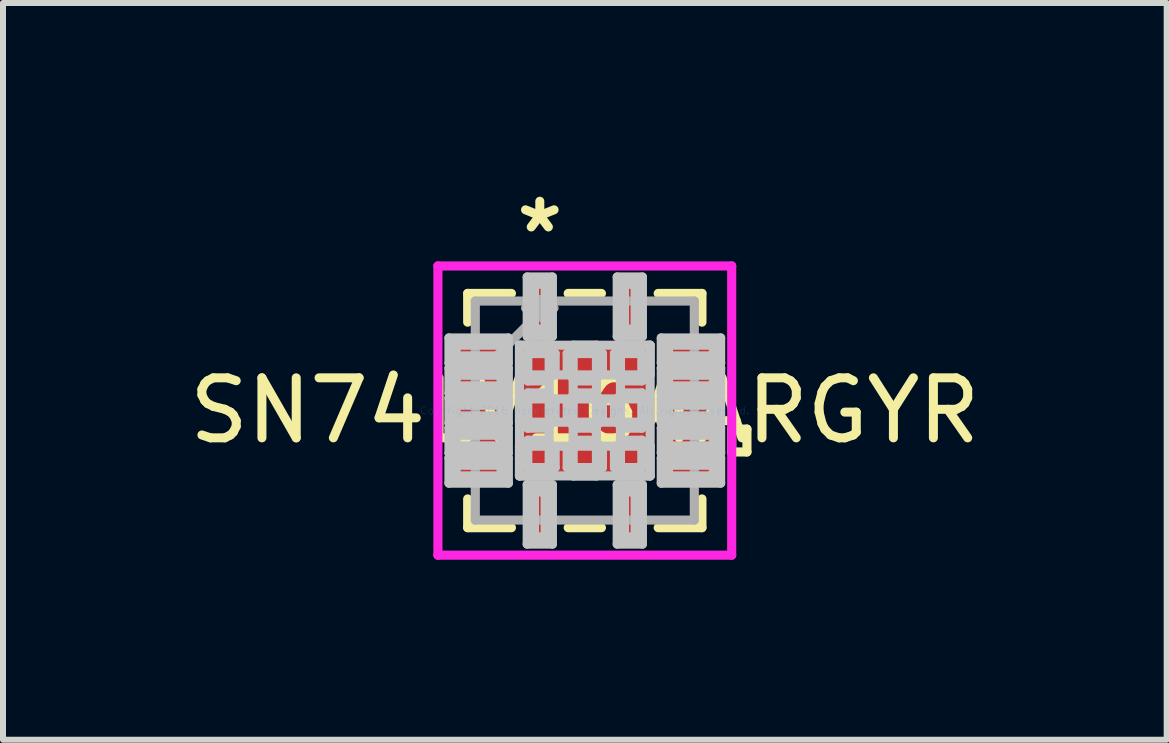
<source format=kicad_pcb>
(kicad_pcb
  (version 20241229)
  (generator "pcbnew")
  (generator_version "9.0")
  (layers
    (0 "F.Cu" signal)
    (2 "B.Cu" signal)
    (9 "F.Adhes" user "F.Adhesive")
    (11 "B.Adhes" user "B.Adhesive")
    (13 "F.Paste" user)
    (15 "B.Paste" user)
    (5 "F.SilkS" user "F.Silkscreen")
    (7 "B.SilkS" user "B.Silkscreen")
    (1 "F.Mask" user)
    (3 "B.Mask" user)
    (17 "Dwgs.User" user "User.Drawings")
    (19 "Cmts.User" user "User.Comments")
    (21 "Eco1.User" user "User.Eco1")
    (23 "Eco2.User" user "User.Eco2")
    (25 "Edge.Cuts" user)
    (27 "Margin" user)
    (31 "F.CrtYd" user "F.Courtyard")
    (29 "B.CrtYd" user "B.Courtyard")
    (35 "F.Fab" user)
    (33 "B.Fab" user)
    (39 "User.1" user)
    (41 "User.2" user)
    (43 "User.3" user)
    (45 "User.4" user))
  (footprint "SN74LV164ARGYR"
    (layer "F.Cu")
    (at 6.696 3.792)
    (property "Reference" "SN74LV164ARGYR" (at 0 0 0) (layer "F.SilkS") (effects (font (size 1 1) (thickness 0.15))))
    (attr through_hole)
    (fp_line (start -1.952 -1.952) (end -1.952 -1.473) (stroke (width 0.152) (type solid)) (layer "F.SilkS"))
    (fp_line (start -1.952 1.473) (end -1.952 1.952) (stroke (width 0.152) (type solid)) (layer "F.SilkS"))
    (fp_line (start -1.952 1.952) (end -1.223 1.952) (stroke (width 0.152) (type solid)) (layer "F.SilkS"))
    (fp_line (start -1.223 -1.952) (end -1.952 -1.952) (stroke (width 0.152) (type solid)) (layer "F.SilkS"))
    (fp_line (start -0.277 1.952) (end 0.277 1.952) (stroke (width 0.152) (type solid)) (layer "F.SilkS"))
    (fp_line (start 0.277 -1.952) (end -0.277 -1.952) (stroke (width 0.152) (type solid)) (layer "F.SilkS"))
    (fp_line (start 1.223 1.952) (end 1.952 1.952) (stroke (width 0.152) (type solid)) (layer "F.SilkS"))
    (fp_line (start 1.952 -1.952) (end 1.223 -1.952) (stroke (width 0.152) (type solid)) (layer "F.SilkS"))
    (fp_line (start 1.952 -1.473) (end 1.952 -1.952) (stroke (width 0.152) (type solid)) (layer "F.SilkS"))
    (fp_line (start 1.952 1.952) (end 1.952 1.473) (stroke (width 0.152) (type solid)) (layer "F.SilkS"))
    (fp_line (start 2.448 0.309) (end 2.702 0.309) (stroke (width 0.152) (type solid)) (layer "F.SilkS"))
    (fp_line (start 2.448 0.69) (end 2.448 0.309) (stroke (width 0.152) (type solid)) (layer "F.SilkS"))
    (fp_line (start 2.702 0.309) (end 2.702 0.69) (stroke (width 0.152) (type solid)) (layer "F.SilkS"))
    (fp_line (start 2.702 0.69) (end 2.448 0.69) (stroke (width 0.152) (type solid)) (layer "F.SilkS"))
    (fp_line (start -2.264 -1.21) (end -2.264 -0.79) (stroke (width 0.152) (type solid)) (layer "Dwgs.User"))
    (fp_line (start -2.264 -0.79) (end -1.274 -0.79) (stroke (width 0.152) (type solid)) (layer "Dwgs.User"))
    (fp_line (start -2.264 -0.71) (end -2.264 -0.29) (stroke (width 0.152) (type solid)) (layer "Dwgs.User"))
    (fp_line (start -2.264 -0.29) (end -1.274 -0.29) (stroke (width 0.152) (type solid)) (layer "Dwgs.User"))
    (fp_line (start -2.264 -0.21) (end -2.264 0.21) (stroke (width 0.152) (type solid)) (layer "Dwgs.User"))
    (fp_line (start -2.264 0.21) (end -1.274 0.21) (stroke (width 0.152) (type solid)) (layer "Dwgs.User"))
    (fp_line (start -2.264 0.29) (end -2.264 0.71) (stroke (width 0.152) (type solid)) (layer "Dwgs.User"))
    (fp_line (start -2.264 0.71) (end -1.274 0.71) (stroke (width 0.152) (type solid)) (layer "Dwgs.User"))
    (fp_line (start -2.264 0.79) (end -2.264 1.21) (stroke (width 0.152) (type solid)) (layer "Dwgs.User"))
    (fp_line (start -2.264 1.21) (end -1.274 1.21) (stroke (width 0.152) (type solid)) (layer "Dwgs.User"))
    (fp_line (start -2.143 -1.089) (end -2.143 -0.911) (stroke (width 0.152) (type solid)) (layer "Dwgs.User"))
    (fp_line (start -2.143 -0.911) (end -1.395 -0.911) (stroke (width 0.152) (type solid)) (layer "Dwgs.User"))
    (fp_line (start -2.143 -0.589) (end -2.143 -0.411) (stroke (width 0.152) (type solid)) (layer "Dwgs.User"))
    (fp_line (start -2.143 -0.411) (end -1.395 -0.411) (stroke (width 0.152) (type solid)) (layer "Dwgs.User"))
    (fp_line (start -2.143 -0.089) (end -2.143 0.089) (stroke (width 0.152) (type solid)) (layer "Dwgs.User"))
    (fp_line (start -2.143 0.089) (end -1.395 0.089) (stroke (width 0.152) (type solid)) (layer "Dwgs.User"))
    (fp_line (start -2.143 0.411) (end -2.143 0.589) (stroke (width 0.152) (type solid)) (layer "Dwgs.User"))
    (fp_line (start -2.143 0.589) (end -1.395 0.589) (stroke (width 0.152) (type solid)) (layer "Dwgs.User"))
    (fp_line (start -2.143 0.911) (end -2.143 1.089) (stroke (width 0.152) (type solid)) (layer "Dwgs.User"))
    (fp_line (start -2.143 1.089) (end -1.395 1.089) (stroke (width 0.152) (type solid)) (layer "Dwgs.User"))
    (fp_line (start -1.395 -1.089) (end -2.143 -1.089) (stroke (width 0.152) (type solid)) (layer "Dwgs.User"))
    (fp_line (start -1.395 -0.911) (end -1.395 -1.089) (stroke (width 0.152) (type solid)) (layer "Dwgs.User"))
    (fp_line (start -1.395 -0.589) (end -2.143 -0.589) (stroke (width 0.152) (type solid)) (layer "Dwgs.User"))
    (fp_line (start -1.395 -0.411) (end -1.395 -0.589) (stroke (width 0.152) (type solid)) (layer "Dwgs.User"))
    (fp_line (start -1.395 -0.089) (end -2.143 -0.089) (stroke (width 0.152) (type solid)) (layer "Dwgs.User"))
    (fp_line (start -1.395 0.089) (end -1.395 -0.089) (stroke (width 0.152) (type solid)) (layer "Dwgs.User"))
    (fp_line (start -1.395 0.411) (end -2.143 0.411) (stroke (width 0.152) (type solid)) (layer "Dwgs.User"))
    (fp_line (start -1.395 0.589) (end -1.395 0.411) (stroke (width 0.152) (type solid)) (layer "Dwgs.User"))
    (fp_line (start -1.395 0.911) (end -2.143 0.911) (stroke (width 0.152) (type solid)) (layer "Dwgs.User"))
    (fp_line (start -1.395 1.089) (end -1.395 0.911) (stroke (width 0.152) (type solid)) (layer "Dwgs.User"))
    (fp_line (start -1.274 -1.21) (end -2.264 -1.21) (stroke (width 0.152) (type solid)) (layer "Dwgs.User"))
    (fp_line (start -1.274 -0.79) (end -1.274 -1.21) (stroke (width 0.152) (type solid)) (layer "Dwgs.User"))
    (fp_line (start -1.274 -0.71) (end -2.264 -0.71) (stroke (width 0.152) (type solid)) (layer "Dwgs.User"))
    (fp_line (start -1.274 -0.29) (end -1.274 -0.71) (stroke (width 0.152) (type solid)) (layer "Dwgs.User"))
    (fp_line (start -1.274 -0.21) (end -2.264 -0.21) (stroke (width 0.152) (type solid)) (layer "Dwgs.User"))
    (fp_line (start -1.274 0.21) (end -1.274 -0.21) (stroke (width 0.152) (type solid)) (layer "Dwgs.User"))
    (fp_line (start -1.274 0.29) (end -2.264 0.29) (stroke (width 0.152) (type solid)) (layer "Dwgs.User"))
    (fp_line (start -1.274 0.71) (end -1.274 0.29) (stroke (width 0.152) (type solid)) (layer "Dwgs.User"))
    (fp_line (start -1.274 0.79) (end -2.264 0.79) (stroke (width 0.152) (type solid)) (layer "Dwgs.User"))
    (fp_line (start -1.274 1.21) (end -1.274 0.79) (stroke (width 0.152) (type solid)) (layer "Dwgs.User"))
    (fp_line (start -1.089 -1.089) (end -0.594 -1.089) (stroke (width 0.152) (type solid)) (layer "Dwgs.User"))
    (fp_line (start -1.089 -1.089) (end 1.089 -1.089) (stroke (width 0.152) (type solid)) (layer "Dwgs.User"))
    (fp_line (start -1.089 -0.594) (end -1.089 -1.089) (stroke (width 0.152) (type solid)) (layer "Dwgs.User"))
    (fp_line (start -1.089 -0.194) (end 1.089 -0.194) (stroke (width 0.152) (type solid)) (layer "Dwgs.User"))
    (fp_line (start -1.089 0.194) (end -1.089 -0.194) (stroke (width 0.152) (type solid)) (layer "Dwgs.User"))
    (fp_line (start -1.089 0.594) (end 1.089 0.594) (stroke (width 0.152) (type solid)) (layer "Dwgs.User"))
    (fp_line (start -1.089 1.089) (end -1.089 -1.089) (stroke (width 0.152) (type solid)) (layer "Dwgs.User"))
    (fp_line (start -1.089 1.089) (end -1.089 0.594) (stroke (width 0.152) (type solid)) (layer "Dwgs.User"))
    (fp_line (start -0.96 -2.226) (end -0.96 -1.236) (stroke (width 0.152) (type solid)) (layer "Dwgs.User"))
    (fp_line (start -0.96 -1.236) (end -0.54 -1.236) (stroke (width 0.152) (type solid)) (layer "Dwgs.User"))
    (fp_line (start -0.96 1.236) (end -0.96 2.226) (stroke (width 0.152) (type solid)) (layer "Dwgs.User"))
    (fp_line (start -0.96 2.226) (end -0.54 2.226) (stroke (width 0.152) (type solid)) (layer "Dwgs.User"))
    (fp_line (start -0.95 -0.95) (end -0.95 -0.494) (stroke (width 0.152) (type solid)) (layer "Dwgs.User"))
    (fp_line (start -0.95 -0.494) (end -0.635 -0.494) (stroke (width 0.152) (type solid)) (layer "Dwgs.User"))
    (fp_line (start -0.95 -0.294) (end -0.95 0.294) (stroke (width 0.152) (type solid)) (layer "Dwgs.User"))
    (fp_line (start -0.95 0.294) (end -0.635 0.294) (stroke (width 0.152) (type solid)) (layer "Dwgs.User"))
    (fp_line (start -0.95 0.494) (end -0.95 0.95) (stroke (width 0.152) (type solid)) (layer "Dwgs.User"))
    (fp_line (start -0.95 0.95) (end -0.494 0.95) (stroke (width 0.152) (type solid)) (layer "Dwgs.User"))
    (fp_line (start -0.839 -2.105) (end -0.839 -1.357) (stroke (width 0.152) (type solid)) (layer "Dwgs.User"))
    (fp_line (start -0.839 -1.357) (end -0.661 -1.357) (stroke (width 0.152) (type solid)) (layer "Dwgs.User"))
    (fp_line (start -0.839 1.357) (end -0.839 2.105) (stroke (width 0.152) (type solid)) (layer "Dwgs.User"))
    (fp_line (start -0.839 2.105) (end -0.661 2.105) (stroke (width 0.152) (type solid)) (layer "Dwgs.User"))
    (fp_line (start -0.661 -2.105) (end -0.839 -2.105) (stroke (width 0.152) (type solid)) (layer "Dwgs.User"))
    (fp_line (start -0.661 -1.357) (end -0.661 -2.105) (stroke (width 0.152) (type solid)) (layer "Dwgs.User"))
    (fp_line (start -0.661 1.357) (end -0.839 1.357) (stroke (width 0.152) (type solid)) (layer "Dwgs.User"))
    (fp_line (start -0.661 2.105) (end -0.661 1.357) (stroke (width 0.152) (type solid)) (layer "Dwgs.User"))
    (fp_line (start -0.635 -0.494) (end -0.635 -0.494) (stroke (width 0.152) (type solid)) (layer "Dwgs.User"))
    (fp_line (start -0.635 -0.494) (end -0.494 -0.635) (stroke (width 0.152) (type solid)) (layer "Dwgs.User"))
    (fp_line (start -0.635 -0.294) (end -0.95 -0.294) (stroke (width 0.152) (type solid)) (layer "Dwgs.User"))
    (fp_line (start -0.635 -0.294) (end -0.635 -0.294) (stroke (width 0.152) (type solid)) (layer "Dwgs.User"))
    (fp_line (start -0.635 0.294) (end -0.635 0.294) (stroke (width 0.152) (type solid)) (layer "Dwgs.User"))
    (fp_line (start -0.635 0.294) (end -0.494 0.152) (stroke (width 0.152) (type solid)) (layer "Dwgs.User"))
    (fp_line (start -0.635 0.494) (end -0.95 0.494) (stroke (width 0.152) (type solid)) (layer "Dwgs.User"))
    (fp_line (start -0.635 0.494) (end -0.635 0.494) (stroke (width 0.152) (type solid)) (layer "Dwgs.User"))
    (fp_line (start -0.594 -1.089) (end -0.594 1.089) (stroke (width 0.152) (type solid)) (layer "Dwgs.User"))
    (fp_line (start -0.594 1.089) (end -1.089 1.089) (stroke (width 0.152) (type solid)) (layer "Dwgs.User"))
    (fp_line (start -0.54 -2.226) (end -0.96 -2.226) (stroke (width 0.152) (type solid)) (layer "Dwgs.User"))
    (fp_line (start -0.54 -1.236) (end -0.54 -2.226) (stroke (width 0.152) (type solid)) (layer "Dwgs.User"))
    (fp_line (start -0.54 1.236) (end -0.96 1.236) (stroke (width 0.152) (type solid)) (layer "Dwgs.User"))
    (fp_line (start -0.54 2.226) (end -0.54 1.236) (stroke (width 0.152) (type solid)) (layer "Dwgs.User"))
    (fp_line (start -0.494 -0.95) (end -0.95 -0.95) (stroke (width 0.152) (type solid)) (layer "Dwgs.User"))
    (fp_line (start -0.494 -0.635) (end -0.494 -0.95) (stroke (width 0.152) (type solid)) (layer "Dwgs.User"))
    (fp_line (start -0.494 -0.635) (end -0.494 -0.635) (stroke (width 0.152) (type solid)) (layer "Dwgs.User"))
    (fp_line (start -0.494 -0.152) (end -0.635 -0.294) (stroke (width 0.152) (type solid)) (layer "Dwgs.User"))
    (fp_line (start -0.494 -0.152) (end -0.494 -0.152) (stroke (width 0.152) (type solid)) (layer "Dwgs.User"))
    (fp_line (start -0.494 0.152) (end -0.494 -0.152) (stroke (width 0.152) (type solid)) (layer "Dwgs.User"))
    (fp_line (start -0.494 0.152) (end -0.494 0.152) (stroke (width 0.152) (type solid)) (layer "Dwgs.User"))
    (fp_line (start -0.494 0.635) (end -0.635 0.494) (stroke (width 0.152) (type solid)) (layer "Dwgs.User"))
    (fp_line (start -0.494 0.635) (end -0.494 0.635) (stroke (width 0.152) (type solid)) (layer "Dwgs.User"))
    (fp_line (start -0.494 0.95) (end -0.494 0.635) (stroke (width 0.152) (type solid)) (layer "Dwgs.User"))
    (fp_line (start -0.294 -0.95) (end -0.294 -0.635) (stroke (width 0.152) (type solid)) (layer "Dwgs.User"))
    (fp_line (start -0.294 -0.635) (end -0.294 -0.635) (stroke (width 0.152) (type solid)) (layer "Dwgs.User"))
    (fp_line (start -0.294 -0.635) (end -0.152 -0.494) (stroke (width 0.152) (type solid)) (layer "Dwgs.User"))
    (fp_line (start -0.294 -0.152) (end -0.294 -0.152) (stroke (width 0.152) (type solid)) (layer "Dwgs.User"))
    (fp_line (start -0.294 -0.152) (end -0.294 0.152) (stroke (width 0.152) (type solid)) (layer "Dwgs.User"))
    (fp_line (start -0.294 0.152) (end -0.294 0.152) (stroke (width 0.152) (type solid)) (layer "Dwgs.User"))
    (fp_line (start -0.294 0.152) (end -0.152 0.294) (stroke (width 0.152) (type solid)) (layer "Dwgs.User"))
    (fp_line (start -0.294 0.635) (end -0.294 0.635) (stroke (width 0.152) (type solid)) (layer "Dwgs.User"))
    (fp_line (start -0.294 0.635) (end -0.294 0.95) (stroke (width 0.152) (type solid)) (layer "Dwgs.User"))
    (fp_line (start -0.294 0.95) (end 0.294 0.95) (stroke (width 0.152) (type solid)) (layer "Dwgs.User"))
    (fp_line (start -0.194 -1.089) (end -0.194 1.089) (stroke (width 0.152) (type solid)) (layer "Dwgs.User"))
    (fp_line (start -0.194 1.089) (end 0.194 1.089) (stroke (width 0.152) (type solid)) (layer "Dwgs.User"))
    (fp_line (start -0.152 -0.494) (end -0.152 -0.494) (stroke (width 0.152) (type solid)) (layer "Dwgs.User"))
    (fp_line (start -0.152 -0.494) (end 0.152 -0.494) (stroke (width 0.152) (type solid)) (layer "Dwgs.User"))
    (fp_line (start -0.152 -0.294) (end -0.294 -0.152) (stroke (width 0.152) (type solid)) (layer "Dwgs.User"))
    (fp_line (start -0.152 -0.294) (end -0.152 -0.294) (stroke (width 0.152) (type solid)) (layer "Dwgs.User"))
    (fp_line (start -0.152 0.294) (end -0.152 0.294) (stroke (width 0.152) (type solid)) (layer "Dwgs.User"))
    (fp_line (start -0.152 0.294) (end 0.152 0.294) (stroke (width 0.152) (type solid)) (layer "Dwgs.User"))
    (fp_line (start -0.152 0.494) (end -0.294 0.635) (stroke (width 0.152) (type solid)) (layer "Dwgs.User"))
    (fp_line (start -0.152 0.494) (end -0.152 0.494) (stroke (width 0.152) (type solid)) (layer "Dwgs.User"))
    (fp_line (start 0 -1.025) (end 0 -1.025) (stroke (width 0.152) (type solid)) (layer "Dwgs.User"))
    (fp_line (start 0 -1.025) (end 0 -1.025) (stroke (width 0.152) (type solid)) (layer "Dwgs.User"))
    (fp_line (start 0 -1.025) (end 0 -1.025) (stroke (width 0.152) (type solid)) (layer "Dwgs.User"))
    (fp_line (start 0 -1.025) (end 0 -1.025) (stroke (width 0.152) (type solid)) (layer "Dwgs.User"))
    (fp_line (start 0 -1.025) (end 0 -1.025) (stroke (width 0.152) (type solid)) (layer "Dwgs.User"))
    (fp_line (start 0 -1.025) (end 0 -1.025) (stroke (width 0.152) (type solid)) (layer "Dwgs.User"))
    (fp_line (start 0 -1.025) (end 0 -1.025) (stroke (width 0.152) (type solid)) (layer "Dwgs.User"))
    (fp_line (start 0 -1.025) (end 0 -1.025) (stroke (width 0.152) (type solid)) (layer "Dwgs.User"))
    (fp_line (start 0 -1.025) (end 0 -1.025) (stroke (width 0.152) (type solid)) (layer "Dwgs.User"))
    (fp_line (start 0 -1.025) (end 0 -1.025) (stroke (width 0.152) (type solid)) (layer "Dwgs.User"))
    (fp_line (start 0 -1.025) (end 0 -1.025) (stroke (width 0.152) (type solid)) (layer "Dwgs.User"))
    (fp_line (start 0 -1.025) (end 0 -1.025) (stroke (width 0.152) (type solid)) (layer "Dwgs.User"))
    (fp_line (start 0 -1.025) (end 0 -1.025) (stroke (width 0.152) (type solid)) (layer "Dwgs.User"))
    (fp_line (start 0 -1.025) (end 0 -1.025) (stroke (width 0.152) (type solid)) (layer "Dwgs.User"))
    (fp_line (start 0 -1.025) (end 0 -1.025) (stroke (width 0.152) (type solid)) (layer "Dwgs.User"))
    (fp_line (start 0 -1.025) (end 0 -1.025) (stroke (width 0.152) (type solid)) (layer "Dwgs.User"))
    (fp_line (start 0 -1.025) (end 0 -1.025) (stroke (width 0.152) (type solid)) (layer "Dwgs.User"))
    (fp_line (start 0 -1.025) (end 0 -1.025) (stroke (width 0.152) (type solid)) (layer "Dwgs.User"))
    (fp_line (start 0 -1.025) (end 0 -1.025) (stroke (width 0.152) (type solid)) (layer "Dwgs.User"))
    (fp_line (start 0 -1.025) (end 0 -1.025) (stroke (width 0.152) (type solid)) (layer "Dwgs.User"))
    (fp_line (start 0 -1.025) (end 0 -1.025) (stroke (width 0.152) (type solid)) (layer "Dwgs.User"))
    (fp_line (start 0 -1.025) (end 0 -1.025) (stroke (width 0.152) (type solid)) (layer "Dwgs.User"))
    (fp_line (start 0 -1.025) (end 0 -1.025) (stroke (width 0.152) (type solid)) (layer "Dwgs.User"))
    (fp_line (start 0 -1.025) (end 0 -1.025) (stroke (width 0.152) (type solid)) (layer "Dwgs.User"))
    (fp_line (start 0 1.025) (end 0 1.025) (stroke (width 0.152) (type solid)) (layer "Dwgs.User"))
    (fp_line (start 0 1.025) (end 0 1.025) (stroke (width 0.152) (type solid)) (layer "Dwgs.User"))
    (fp_line (start 0 1.025) (end 0 1.025) (stroke (width 0.152) (type solid)) (layer "Dwgs.User"))
    (fp_line (start 0 1.025) (end 0 1.025) (stroke (width 0.152) (type solid)) (layer "Dwgs.User"))
    (fp_line (start 0 1.025) (end 0 1.025) (stroke (width 0.152) (type solid)) (layer "Dwgs.User"))
    (fp_line (start 0 1.025) (end 0 1.025) (stroke (width 0.152) (type solid)) (layer "Dwgs.User"))
    (fp_line (start 0 1.025) (end 0 1.025) (stroke (width 0.152) (type solid)) (layer "Dwgs.User"))
    (fp_line (start 0 1.025) (end 0 1.025) (stroke (width 0.152) (type solid)) (layer "Dwgs.User"))
    (fp_line (start 0 1.025) (end 0 1.025) (stroke (width 0.152) (type solid)) (layer "Dwgs.User"))
    (fp_line (start 0 1.025) (end 0 1.025) (stroke (width 0.152) (type solid)) (layer "Dwgs.User"))
    (fp_line (start 0 1.025) (end 0 1.025) (stroke (width 0.152) (type solid)) (layer "Dwgs.User"))
    (fp_line (start 0 1.025) (end 0 1.025) (stroke (width 0.152) (type solid)) (layer "Dwgs.User"))
    (fp_line (start 0 1.025) (end 0 1.025) (stroke (width 0.152) (type solid)) (layer "Dwgs.User"))
    (fp_line (start 0 1.025) (end 0 1.025) (stroke (width 0.152) (type solid)) (layer "Dwgs.User"))
    (fp_line (start 0 1.025) (end 0 1.025) (stroke (width 0.152) (type solid)) (layer "Dwgs.User"))
    (fp_line (start 0 1.025) (end 0 1.025) (stroke (width 0.152) (type solid)) (layer "Dwgs.User"))
    (fp_line (start 0 1.025) (end 0 1.025) (stroke (width 0.152) (type solid)) (layer "Dwgs.User"))
    (fp_line (start 0 1.025) (end 0 1.025) (stroke (width 0.152) (type solid)) (layer "Dwgs.User"))
    (fp_line (start 0 1.025) (end 0 1.025) (stroke (width 0.152) (type solid)) (layer "Dwgs.User"))
    (fp_line (start 0 1.025) (end 0 1.025) (stroke (width 0.152) (type solid)) (layer "Dwgs.User"))
    (fp_line (start 0 1.025) (end 0 1.025) (stroke (width 0.152) (type solid)) (layer "Dwgs.User"))
    (fp_line (start 0 1.025) (end 0 1.025) (stroke (width 0.152) (type solid)) (layer "Dwgs.User"))
    (fp_line (start 0 1.025) (end 0 1.025) (stroke (width 0.152) (type solid)) (layer "Dwgs.User"))
    (fp_line (start 0 1.025) (end 0 1.025) (stroke (width 0.152) (type solid)) (layer "Dwgs.User"))
    (fp_line (start 0.152 -0.494) (end 0.152 -0.494) (stroke (width 0.152) (type solid)) (layer "Dwgs.User"))
    (fp_line (start 0.152 -0.494) (end 0.294 -0.635) (stroke (width 0.152) (type solid)) (layer "Dwgs.User"))
    (fp_line (start 0.152 -0.294) (end -0.152 -0.294) (stroke (width 0.152) (type solid)) (layer "Dwgs.User"))
    (fp_line (start 0.152 -0.294) (end 0.152 -0.294) (stroke (width 0.152) (type solid)) (layer "Dwgs.User"))
    (fp_line (start 0.152 0.294) (end 0.152 0.294) (stroke (width 0.152) (type solid)) (layer "Dwgs.User"))
    (fp_line (start 0.152 0.294) (end 0.294 0.152) (stroke (width 0.152) (type solid)) (layer "Dwgs.User"))
    (fp_line (start 0.152 0.494) (end -0.152 0.494) (stroke (width 0.152) (type solid)) (layer "Dwgs.User"))
    (fp_line (start 0.152 0.494) (end 0.152 0.494) (stroke (width 0.152) (type solid)) (layer "Dwgs.User"))
    (fp_line (start 0.194 -1.089) (end -0.194 -1.089) (stroke (width 0.152) (type solid)) (layer "Dwgs.User"))
    (fp_line (start 0.194 1.089) (end 0.194 -1.089) (stroke (width 0.152) (type solid)) (layer "Dwgs.User"))
    (fp_line (start 0.294 -0.95) (end -0.294 -0.95) (stroke (width 0.152) (type solid)) (layer "Dwgs.User"))
    (fp_line (start 0.294 -0.635) (end 0.294 -0.95) (stroke (width 0.152) (type solid)) (layer "Dwgs.User"))
    (fp_line (start 0.294 -0.635) (end 0.294 -0.635) (stroke (width 0.152) (type solid)) (layer "Dwgs.User"))
    (fp_line (start 0.294 -0.152) (end 0.152 -0.294) (stroke (width 0.152) (type solid)) (layer "Dwgs.User"))
    (fp_line (start 0.294 -0.152) (end 0.294 -0.152) (stroke (width 0.152) (type solid)) (layer "Dwgs.User"))
    (fp_line (start 0.294 0.152) (end 0.294 -0.152) (stroke (width 0.152) (type solid)) (layer "Dwgs.User"))
    (fp_line (start 0.294 0.152) (end 0.294 0.152) (stroke (width 0.152) (type solid)) (layer "Dwgs.User"))
    (fp_line (start 0.294 0.635) (end 0.152 0.494) (stroke (width 0.152) (type solid)) (layer "Dwgs.User"))
    (fp_line (start 0.294 0.635) (end 0.294 0.635) (stroke (width 0.152) (type solid)) (layer "Dwgs.User"))
    (fp_line (start 0.294 0.95) (end 0.294 0.635) (stroke (width 0.152) (type solid)) (layer "Dwgs.User"))
    (fp_line (start 0.494 -0.95) (end 0.494 -0.635) (stroke (width 0.152) (type solid)) (layer "Dwgs.User"))
    (fp_line (start 0.494 -0.635) (end 0.494 -0.635) (stroke (width 0.152) (type solid)) (layer "Dwgs.User"))
    (fp_line (start 0.494 -0.635) (end 0.635 -0.494) (stroke (width 0.152) (type solid)) (layer "Dwgs.User"))
    (fp_line (start 0.494 -0.152) (end 0.494 -0.152) (stroke (width 0.152) (type solid)) (layer "Dwgs.User"))
    (fp_line (start 0.494 -0.152) (end 0.494 0.152) (stroke (width 0.152) (type solid)) (layer "Dwgs.User"))
    (fp_line (start 0.494 0.152) (end 0.494 0.152) (stroke (width 0.152) (type solid)) (layer "Dwgs.User"))
    (fp_line (start 0.494 0.152) (end 0.635 0.294) (stroke (width 0.152) (type solid)) (layer "Dwgs.User"))
    (fp_line (start 0.494 0.635) (end 0.494 0.635) (stroke (width 0.152) (type solid)) (layer "Dwgs.User"))
    (fp_line (start 0.494 0.635) (end 0.494 0.95) (stroke (width 0.152) (type solid)) (layer "Dwgs.User"))
    (fp_line (start 0.494 0.95) (end 0.95 0.95) (stroke (width 0.152) (type solid)) (layer "Dwgs.User"))
    (fp_line (start 0.54 -2.226) (end 0.54 -1.236) (stroke (width 0.152) (type solid)) (layer "Dwgs.User"))
    (fp_line (start 0.54 -1.236) (end 0.96 -1.236) (stroke (width 0.152) (type solid)) (layer "Dwgs.User"))
    (fp_line (start 0.54 1.236) (end 0.54 2.226) (stroke (width 0.152) (type solid)) (layer "Dwgs.User"))
    (fp_line (start 0.54 2.226) (end 0.96 2.226) (stroke (width 0.152) (type solid)) (layer "Dwgs.User"))
    (fp_line (start 0.594 -1.089) (end 1.089 -1.089) (stroke (width 0.152) (type solid)) (layer "Dwgs.User"))
    (fp_line (start 0.594 1.089) (end 0.594 -1.089) (stroke (width 0.152) (type solid)) (layer "Dwgs.User"))
    (fp_line (start 0.635 -0.494) (end 0.635 -0.494) (stroke (width 0.152) (type solid)) (layer "Dwgs.User"))
    (fp_line (start 0.635 -0.494) (end 0.95 -0.494) (stroke (width 0.152) (type solid)) (layer "Dwgs.User"))
    (fp_line (start 0.635 -0.294) (end 0.494 -0.152) (stroke (width 0.152) (type solid)) (layer "Dwgs.User"))
    (fp_line (start 0.635 -0.294) (end 0.635 -0.294) (stroke (width 0.152) (type solid)) (layer "Dwgs.User"))
    (fp_line (start 0.635 0.294) (end 0.635 0.294) (stroke (width 0.152) (type solid)) (layer "Dwgs.User"))
    (fp_line (start 0.635 0.294) (end 0.95 0.294) (stroke (width 0.152) (type solid)) (layer "Dwgs.User"))
    (fp_line (start 0.635 0.494) (end 0.494 0.635) (stroke (width 0.152) (type solid)) (layer "Dwgs.User"))
    (fp_line (start 0.635 0.494) (end 0.635 0.494) (stroke (width 0.152) (type solid)) (layer "Dwgs.User"))
    (fp_line (start 0.661 -2.105) (end 0.661 -1.357) (stroke (width 0.152) (type solid)) (layer "Dwgs.User"))
    (fp_line (start 0.661 -1.357) (end 0.839 -1.357) (stroke (width 0.152) (type solid)) (layer "Dwgs.User"))
    (fp_line (start 0.661 1.357) (end 0.661 2.105) (stroke (width 0.152) (type solid)) (layer "Dwgs.User"))
    (fp_line (start 0.661 2.105) (end 0.839 2.105) (stroke (width 0.152) (type solid)) (layer "Dwgs.User"))
    (fp_line (start 0.839 -2.105) (end 0.661 -2.105) (stroke (width 0.152) (type solid)) (layer "Dwgs.User"))
    (fp_line (start 0.839 -1.357) (end 0.839 -2.105) (stroke (width 0.152) (type solid)) (layer "Dwgs.User"))
    (fp_line (start 0.839 1.357) (end 0.661 1.357) (stroke (width 0.152) (type solid)) (layer "Dwgs.User"))
    (fp_line (start 0.839 2.105) (end 0.839 1.357) (stroke (width 0.152) (type solid)) (layer "Dwgs.User"))
    (fp_line (start 0.95 -0.95) (end 0.494 -0.95) (stroke (width 0.152) (type solid)) (layer "Dwgs.User"))
    (fp_line (start 0.95 -0.494) (end 0.95 -0.95) (stroke (width 0.152) (type solid)) (layer "Dwgs.User"))
    (fp_line (start 0.95 -0.294) (end 0.635 -0.294) (stroke (width 0.152) (type solid)) (layer "Dwgs.User"))
    (fp_line (start 0.95 0.294) (end 0.95 -0.294) (stroke (width 0.152) (type solid)) (layer "Dwgs.User"))
    (fp_line (start 0.95 0.494) (end 0.635 0.494) (stroke (width 0.152) (type solid)) (layer "Dwgs.User"))
    (fp_line (start 0.95 0.95) (end 0.95 0.494) (stroke (width 0.152) (type solid)) (layer "Dwgs.User"))
    (fp_line (start 0.96 -2.226) (end 0.54 -2.226) (stroke (width 0.152) (type solid)) (layer "Dwgs.User"))
    (fp_line (start 0.96 -1.236) (end 0.96 -2.226) (stroke (width 0.152) (type solid)) (layer "Dwgs.User"))
    (fp_line (start 0.96 1.236) (end 0.54 1.236) (stroke (width 0.152) (type solid)) (layer "Dwgs.User"))
    (fp_line (start 0.96 2.226) (end 0.96 1.236) (stroke (width 0.152) (type solid)) (layer "Dwgs.User"))
    (fp_line (start 1.089 -1.089) (end 1.089 -0.594) (stroke (width 0.152) (type solid)) (layer "Dwgs.User"))
    (fp_line (start 1.089 -1.089) (end 1.089 1.089) (stroke (width 0.152) (type solid)) (layer "Dwgs.User"))
    (fp_line (start 1.089 -0.594) (end -1.089 -0.594) (stroke (width 0.152) (type solid)) (layer "Dwgs.User"))
    (fp_line (start 1.089 -0.194) (end 1.089 0.194) (stroke (width 0.152) (type solid)) (layer "Dwgs.User"))
    (fp_line (start 1.089 0.194) (end -1.089 0.194) (stroke (width 0.152) (type solid)) (layer "Dwgs.User"))
    (fp_line (start 1.089 0.594) (end 1.089 1.089) (stroke (width 0.152) (type solid)) (layer "Dwgs.User"))
    (fp_line (start 1.089 1.089) (end -1.089 1.089) (stroke (width 0.152) (type solid)) (layer "Dwgs.User"))
    (fp_line (start 1.089 1.089) (end 0.594 1.089) (stroke (width 0.152) (type solid)) (layer "Dwgs.User"))
    (fp_line (start 1.274 -1.21) (end 1.274 -0.79) (stroke (width 0.152) (type solid)) (layer "Dwgs.User"))
    (fp_line (start 1.274 -0.79) (end 2.264 -0.79) (stroke (width 0.152) (type solid)) (layer "Dwgs.User"))
    (fp_line (start 1.274 -0.71) (end 1.274 -0.29) (stroke (width 0.152) (type solid)) (layer "Dwgs.User"))
    (fp_line (start 1.274 -0.29) (end 2.264 -0.29) (stroke (width 0.152) (type solid)) (layer "Dwgs.User"))
    (fp_line (start 1.274 -0.21) (end 1.274 0.21) (stroke (width 0.152) (type solid)) (layer "Dwgs.User"))
    (fp_line (start 1.274 0.21) (end 2.264 0.21) (stroke (width 0.152) (type solid)) (layer "Dwgs.User"))
    (fp_line (start 1.274 0.29) (end 1.274 0.71) (stroke (width 0.152) (type solid)) (layer "Dwgs.User"))
    (fp_line (start 1.274 0.71) (end 2.264 0.71) (stroke (width 0.152) (type solid)) (layer "Dwgs.User"))
    (fp_line (start 1.274 0.79) (end 1.274 1.21) (stroke (width 0.152) (type solid)) (layer "Dwgs.User"))
    (fp_line (start 1.274 1.21) (end 2.264 1.21) (stroke (width 0.152) (type solid)) (layer "Dwgs.User"))
    (fp_line (start 1.395 -1.089) (end 1.395 -0.911) (stroke (width 0.152) (type solid)) (layer "Dwgs.User"))
    (fp_line (start 1.395 -0.911) (end 2.143 -0.911) (stroke (width 0.152) (type solid)) (layer "Dwgs.User"))
    (fp_line (start 1.395 -0.589) (end 1.395 -0.411) (stroke (width 0.152) (type solid)) (layer "Dwgs.User"))
    (fp_line (start 1.395 -0.411) (end 2.143 -0.411) (stroke (width 0.152) (type solid)) (layer "Dwgs.User"))
    (fp_line (start 1.395 -0.089) (end 1.395 0.089) (stroke (width 0.152) (type solid)) (layer "Dwgs.User"))
    (fp_line (start 1.395 0.089) (end 2.143 0.089) (stroke (width 0.152) (type solid)) (layer "Dwgs.User"))
    (fp_line (start 1.395 0.411) (end 1.395 0.589) (stroke (width 0.152) (type solid)) (layer "Dwgs.User"))
    (fp_line (start 1.395 0.589) (end 2.143 0.589) (stroke (width 0.152) (type solid)) (layer "Dwgs.User"))
    (fp_line (start 1.395 0.911) (end 1.395 1.089) (stroke (width 0.152) (type solid)) (layer "Dwgs.User"))
    (fp_line (start 1.395 1.089) (end 2.143 1.089) (stroke (width 0.152) (type solid)) (layer "Dwgs.User"))
    (fp_line (start 2.143 -1.089) (end 1.395 -1.089) (stroke (width 0.152) (type solid)) (layer "Dwgs.User"))
    (fp_line (start 2.143 -0.911) (end 2.143 -1.089) (stroke (width 0.152) (type solid)) (layer "Dwgs.User"))
    (fp_line (start 2.143 -0.589) (end 1.395 -0.589) (stroke (width 0.152) (type solid)) (layer "Dwgs.User"))
    (fp_line (start 2.143 -0.411) (end 2.143 -0.589) (stroke (width 0.152) (type solid)) (layer "Dwgs.User"))
    (fp_line (start 2.143 -0.089) (end 1.395 -0.089) (stroke (width 0.152) (type solid)) (layer "Dwgs.User"))
    (fp_line (start 2.143 0.089) (end 2.143 -0.089) (stroke (width 0.152) (type solid)) (layer "Dwgs.User"))
    (fp_line (start 2.143 0.411) (end 1.395 0.411) (stroke (width 0.152) (type solid)) (layer "Dwgs.User"))
    (fp_line (start 2.143 0.589) (end 2.143 0.411) (stroke (width 0.152) (type solid)) (layer "Dwgs.User"))
    (fp_line (start 2.143 0.911) (end 1.395 0.911) (stroke (width 0.152) (type solid)) (layer "Dwgs.User"))
    (fp_line (start 2.143 1.089) (end 2.143 0.911) (stroke (width 0.152) (type solid)) (layer "Dwgs.User"))
    (fp_line (start 2.264 -1.21) (end 1.274 -1.21) (stroke (width 0.152) (type solid)) (layer "Dwgs.User"))
    (fp_line (start 2.264 -0.79) (end 2.264 -1.21) (stroke (width 0.152) (type solid)) (layer "Dwgs.User"))
    (fp_line (start 2.264 -0.71) (end 1.274 -0.71) (stroke (width 0.152) (type solid)) (layer "Dwgs.User"))
    (fp_line (start 2.264 -0.29) (end 2.264 -0.71) (stroke (width 0.152) (type solid)) (layer "Dwgs.User"))
    (fp_line (start 2.264 -0.21) (end 1.274 -0.21) (stroke (width 0.152) (type solid)) (layer "Dwgs.User"))
    (fp_line (start 2.264 0.21) (end 2.264 -0.21) (stroke (width 0.152) (type solid)) (layer "Dwgs.User"))
    (fp_line (start 2.264 0.29) (end 1.274 0.29) (stroke (width 0.152) (type solid)) (layer "Dwgs.User"))
    (fp_line (start 2.264 0.71) (end 2.264 0.29) (stroke (width 0.152) (type solid)) (layer "Dwgs.User"))
    (fp_line (start 2.264 0.79) (end 1.274 0.79) (stroke (width 0.152) (type solid)) (layer "Dwgs.User"))
    (fp_line (start 2.264 1.21) (end 2.264 0.79) (stroke (width 0.152) (type solid)) (layer "Dwgs.User"))
    (fp_circle (center -0.394 -0.394) (end -0.203 -0.394) (stroke (width 0.152) (type solid)) (fill no) (layer "Eco1.User"))
    (fp_circle (center -0.394 0.394) (end -0.203 0.394) (stroke (width 0.152) (type solid)) (fill no) (layer "Eco1.User"))
    (fp_circle (center 0.394 -0.394) (end 0.584 -0.394) (stroke (width 0.152) (type solid)) (fill no) (layer "Eco1.User"))
    (fp_circle (center 0.394 0.394) (end 0.584 0.394) (stroke (width 0.152) (type solid)) (fill no) (layer "Eco1.User"))
    (fp_line (start -2.448 -2.41) (end 2.448 -2.41) (stroke (width 0.152) (type solid)) (layer "F.CrtYd"))
    (fp_line (start -2.448 2.41) (end -2.448 -2.41) (stroke (width 0.152) (type solid)) (layer "F.CrtYd"))
    (fp_line (start 2.448 -2.41) (end 2.448 2.41) (stroke (width 0.152) (type solid)) (layer "F.CrtYd"))
    (fp_line (start 2.448 2.41) (end -2.448 2.41) (stroke (width 0.152) (type solid)) (layer "F.CrtYd"))
    (fp_line (start -1.825 -1.825) (end -1.825 1.825) (stroke (width 0.152) (type solid)) (layer "F.Fab"))
    (fp_line (start -1.825 -0.555) (end -0.555 -1.825) (stroke (width 0.152) (type solid)) (layer "F.Fab"))
    (fp_line (start -1.825 1.825) (end 1.825 1.825) (stroke (width 0.152) (type solid)) (layer "F.Fab"))
    (fp_line (start 1.825 -1.825) (end -1.825 -1.825) (stroke (width 0.152) (type solid)) (layer "F.Fab"))
    (fp_line (start 1.825 1.825) (end 1.825 -1.825) (stroke (width 0.152) (type solid)) (layer "F.Fab"))
    (fp_text user "*" (at -0.75 -2.943 0) (layer "F.SilkS") (effects (font (size 1 1) (thickness 0.15))))
    (fp_text user "Copyright 2016 Accelerated Designs. All rights reserved." (at 0 0 0) (layer "Cmts.User") (effects (font (size 0.127 0.127) (thickness 0.002))))
    (fp_text user "*" (at -0.75 -1.306 0) (layer "F.Fab") (effects (font (size 1 1) (thickness 0.15))))
    (pad "1" smd rect (at -0.75 -1.731) (size 0.28 0.85) (layers "F.Cu" "F.Mask" "F.Paste"))
    (pad "2" smd rect (at -1.769 -1 90) (size 0.28 0.85) (layers "F.Cu" "F.Mask" "F.Paste"))
    (pad "3" smd rect (at -1.769 -0.5 90) (size 0.28 0.85) (layers "F.Cu" "F.Mask" "F.Paste"))
    (pad "4" smd rect (at -1.769 0 90) (size 0.28 0.85) (layers "F.Cu" "F.Mask" "F.Paste"))
    (pad "5" smd rect (at -1.769 0.5 90) (size 0.28 0.85) (layers "F.Cu" "F.Mask" "F.Paste"))
    (pad "6" smd rect (at -1.769 1 90) (size 0.28 0.85) (layers "F.Cu" "F.Mask" "F.Paste"))
    (pad "7" smd rect (at -0.75 1.731) (size 0.28 0.85) (layers "F.Cu" "F.Mask" "F.Paste"))
    (pad "8" smd rect (at 0.75 1.731) (size 0.28 0.85) (layers "F.Cu" "F.Mask" "F.Paste"))
    (pad "9" smd rect (at 1.769 1 90) (size 0.28 0.85) (layers "F.Cu" "F.Mask" "F.Paste"))
    (pad "10" smd rect (at 1.769 0.5 90) (size 0.28 0.85) (layers "F.Cu" "F.Mask" "F.Paste"))
    (pad "11" smd rect (at 1.769 0 90) (size 0.28 0.85) (layers "F.Cu" "F.Mask" "F.Paste"))
    (pad "12" smd rect (at 1.769 -0.5 90) (size 0.28 0.85) (layers "F.Cu" "F.Mask" "F.Paste"))
    (pad "13" smd rect (at 1.769 -1 90) (size 0.28 0.85) (layers "F.Cu" "F.Mask" "F.Paste"))
    (pad "14" smd rect (at 0.75 -1.731) (size 0.28 0.85) (layers "F.Cu" "F.Mask" "F.Paste"))
    (pad "15" smd rect (at 0 0) (size 2.05 2.05) (layers "F.Cu" "F.Mask" "F.Paste")))
  (gr_rect
    (start -3 -3)
    (end 16.393 9.278)
    (stroke (width 0.1) (type default))
    (fill no)
    (layer "Edge.Cuts")))
</source>
